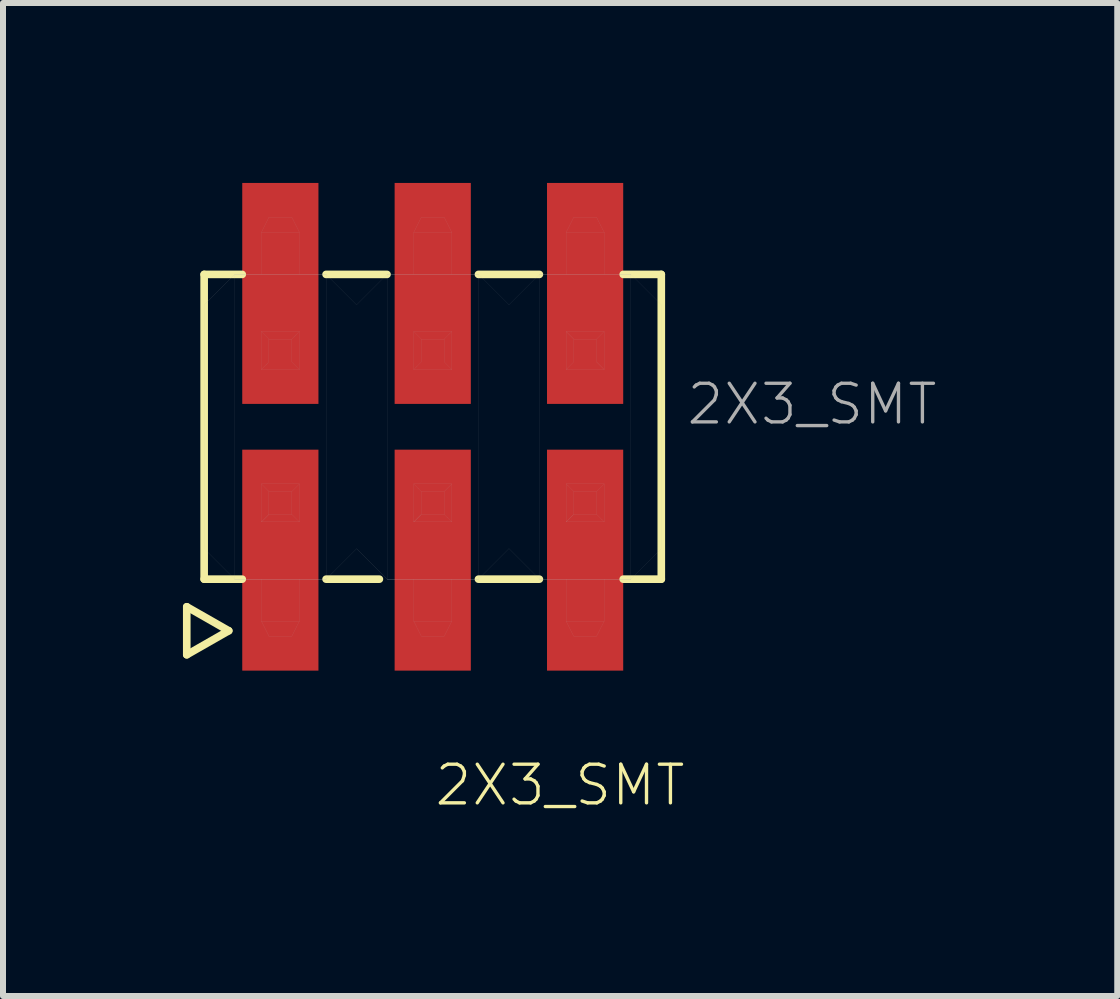
<source format=kicad_pcb>
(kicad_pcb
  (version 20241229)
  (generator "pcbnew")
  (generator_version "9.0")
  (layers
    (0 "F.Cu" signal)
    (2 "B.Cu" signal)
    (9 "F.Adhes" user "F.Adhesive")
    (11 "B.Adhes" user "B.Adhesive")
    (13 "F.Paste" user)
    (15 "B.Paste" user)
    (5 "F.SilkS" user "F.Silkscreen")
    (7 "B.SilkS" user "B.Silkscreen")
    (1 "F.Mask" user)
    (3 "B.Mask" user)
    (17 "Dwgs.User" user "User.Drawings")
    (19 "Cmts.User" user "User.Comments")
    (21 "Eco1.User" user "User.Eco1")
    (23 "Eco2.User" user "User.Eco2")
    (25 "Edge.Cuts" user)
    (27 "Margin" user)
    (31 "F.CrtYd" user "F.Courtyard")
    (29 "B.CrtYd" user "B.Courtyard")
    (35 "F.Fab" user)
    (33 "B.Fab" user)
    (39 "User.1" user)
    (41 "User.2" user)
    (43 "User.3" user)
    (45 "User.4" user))
  (footprint "2X3_SMT"
    (layer "F.Cu")
    (at 4.163 4.064)
    (property "Reference" "2X3_SMT" (at 0 6.35 0) (unlocked yes) (layer "F.SilkS") (effects (font (size 0.644 0.644) (thickness 0.056)) (justify left bottom)))
    (fp_line (start -4.1 3) (end -4.1 3.8) (stroke (width 0.127) (type solid)) (layer "F.SilkS"))
    (fp_line (start -4.1 3.8) (end -3.4 3.4) (stroke (width 0.127) (type solid)) (layer "F.SilkS"))
    (fp_line (start -3.81 -2.54) (end -3.81 2.54) (stroke (width 0.127) (type solid)) (layer "F.SilkS"))
    (fp_line (start -3.81 2.54) (end -3.175 2.54) (stroke (width 0.127) (type solid)) (layer "F.SilkS"))
    (fp_line (start -3.4 3.4) (end -4.1 3) (stroke (width 0.127) (type solid)) (layer "F.SilkS"))
    (fp_line (start -3.175 -2.54) (end -3.81 -2.54) (stroke (width 0.127) (type solid)) (layer "F.SilkS"))
    (fp_line (start -1.778 -2.54) (end -0.762 -2.54) (stroke (width 0.127) (type solid)) (layer "F.SilkS"))
    (fp_line (start -1.778 2.54) (end -0.889 2.54) (stroke (width 0.127) (type solid)) (layer "F.SilkS"))
    (fp_line (start 0.762 -2.54) (end 1.778 -2.54) (stroke (width 0.127) (type solid)) (layer "F.SilkS"))
    (fp_line (start 0.762 2.54) (end 1.778 2.54) (stroke (width 0.127) (type solid)) (layer "F.SilkS"))
    (fp_line (start 3.175 -2.54) (end 3.81 -2.54) (stroke (width 0.127) (type solid)) (layer "F.SilkS"))
    (fp_line (start 3.81 -2.54) (end 3.81 2.54) (stroke (width 0.127) (type solid)) (layer "F.SilkS"))
    (fp_line (start 3.81 2.54) (end 3.175 2.54) (stroke (width 0.127) (type solid)) (layer "F.SilkS"))
    (fp_line (start -3.809 -2.033) (end -3.301 -2.541) (stroke (width 0.001) (type solid)) (layer "F.Fab"))
    (fp_line (start -3.809 2.031) (end -3.809 -2.033) (stroke (width 0.001) (type solid)) (layer "F.Fab"))
    (fp_line (start -3.301 -2.541) (end -1.777 -2.541) (stroke (width 0.001) (type solid)) (layer "F.Fab"))
    (fp_line (start -3.301 -2.541) (end -1.777 -2.541) (stroke (width 0.001) (type solid)) (layer "F.Fab"))
    (fp_line (start -3.301 2.539) (end -3.809 2.031) (stroke (width 0.001) (type solid)) (layer "F.Fab"))
    (fp_line (start -3.301 2.539) (end -3.301 -2.541) (stroke (width 0.001) (type solid)) (layer "F.Fab"))
    (fp_line (start -3.301 2.539) (end -1.777 2.539) (stroke (width 0.001) (type solid)) (layer "F.Fab"))
    (fp_line (start -3.301 2.539) (end -1.777 2.539) (stroke (width 0.001) (type solid)) (layer "F.Fab"))
    (fp_line (start -2.857 -3.24) (end -2.857 -2.541) (stroke (width 0.001) (type solid)) (layer "F.Fab"))
    (fp_line (start -2.857 -3.24) (end -2.73 -3.493) (stroke (width 0.001) (type solid)) (layer "F.Fab"))
    (fp_line (start -2.857 -3.24) (end -2.221 -3.24) (stroke (width 0.001) (type solid)) (layer "F.Fab"))
    (fp_line (start -2.857 -0.953) (end -2.857 -1.589) (stroke (width 0.001) (type solid)) (layer "F.Fab"))
    (fp_line (start -2.857 -0.953) (end -2.73 -1.081) (stroke (width 0.001) (type solid)) (layer "F.Fab"))
    (fp_line (start -2.857 0.951) (end -2.857 1.587) (stroke (width 0.001) (type solid)) (layer "F.Fab"))
    (fp_line (start -2.857 0.951) (end -2.73 1.079) (stroke (width 0.001) (type solid)) (layer "F.Fab"))
    (fp_line (start -2.857 1.587) (end -2.73 1.46) (stroke (width 0.001) (type solid)) (layer "F.Fab"))
    (fp_line (start -2.857 1.587) (end -2.73 1.46) (stroke (width 0.001) (type solid)) (layer "F.Fab"))
    (fp_line (start -2.857 2.539) (end -2.857 3.238) (stroke (width 0.001) (type solid)) (layer "F.Fab"))
    (fp_line (start -2.857 3.238) (end -2.221 3.238) (stroke (width 0.001) (type solid)) (layer "F.Fab"))
    (fp_line (start -2.73 -3.493) (end -2.349 -3.493) (stroke (width 0.001) (type solid)) (layer "F.Fab"))
    (fp_line (start -2.73 -1.462) (end -2.857 -1.589) (stroke (width 0.001) (type solid)) (layer "F.Fab"))
    (fp_line (start -2.73 -1.462) (end -2.349 -1.462) (stroke (width 0.001) (type solid)) (layer "F.Fab"))
    (fp_line (start -2.73 -1.081) (end -2.73 -1.462) (stroke (width 0.001) (type solid)) (layer "F.Fab"))
    (fp_line (start -2.73 -1.081) (end -2.349 -1.081) (stroke (width 0.001) (type solid)) (layer "F.Fab"))
    (fp_line (start -2.73 -1.081) (end -2.349 -1.081) (stroke (width 0.001) (type solid)) (layer "F.Fab"))
    (fp_line (start -2.73 1.079) (end -2.349 1.079) (stroke (width 0.001) (type solid)) (layer "F.Fab"))
    (fp_line (start -2.73 1.46) (end -2.73 1.079) (stroke (width 0.001) (type solid)) (layer "F.Fab"))
    (fp_line (start -2.73 1.46) (end -2.349 1.46) (stroke (width 0.001) (type solid)) (layer "F.Fab"))
    (fp_line (start -2.73 3.491) (end -2.857 3.238) (stroke (width 0.001) (type solid)) (layer "F.Fab"))
    (fp_line (start -2.73 3.491) (end -2.349 3.491) (stroke (width 0.001) (type solid)) (layer "F.Fab"))
    (fp_line (start -2.349 -1.462) (end -2.349 -1.081) (stroke (width 0.001) (type solid)) (layer "F.Fab"))
    (fp_line (start -2.349 -1.081) (end -2.221 -0.953) (stroke (width 0.001) (type solid)) (layer "F.Fab"))
    (fp_line (start -2.349 1.079) (end -2.349 1.46) (stroke (width 0.001) (type solid)) (layer "F.Fab"))
    (fp_line (start -2.221 -3.24) (end -2.349 -3.493) (stroke (width 0.001) (type solid)) (layer "F.Fab"))
    (fp_line (start -2.221 -2.541) (end -2.221 -3.24) (stroke (width 0.001) (type solid)) (layer "F.Fab"))
    (fp_line (start -2.221 -1.589) (end -2.857 -1.589) (stroke (width 0.001) (type solid)) (layer "F.Fab"))
    (fp_line (start -2.221 -1.589) (end -2.349 -1.462) (stroke (width 0.001) (type solid)) (layer "F.Fab"))
    (fp_line (start -2.221 -0.953) (end -2.857 -0.953) (stroke (width 0.001) (type solid)) (layer "F.Fab"))
    (fp_line (start -2.221 -0.953) (end -2.221 -1.589) (stroke (width 0.001) (type solid)) (layer "F.Fab"))
    (fp_line (start -2.221 0.951) (end -2.857 0.951) (stroke (width 0.001) (type solid)) (layer "F.Fab"))
    (fp_line (start -2.221 0.951) (end -2.349 1.079) (stroke (width 0.001) (type solid)) (layer "F.Fab"))
    (fp_line (start -2.221 0.951) (end -2.221 1.587) (stroke (width 0.001) (type solid)) (layer "F.Fab"))
    (fp_line (start -2.221 1.587) (end -2.857 1.587) (stroke (width 0.001) (type solid)) (layer "F.Fab"))
    (fp_line (start -2.221 1.587) (end -2.349 1.46) (stroke (width 0.001) (type solid)) (layer "F.Fab"))
    (fp_line (start -2.221 3.238) (end -2.349 3.491) (stroke (width 0.001) (type solid)) (layer "F.Fab"))
    (fp_line (start -2.221 3.238) (end -2.221 2.539) (stroke (width 0.001) (type solid)) (layer "F.Fab"))
    (fp_line (start -1.777 -2.541) (end -3.301 -2.541) (stroke (width 0.001) (type solid)) (layer "F.Fab"))
    (fp_line (start -1.777 -2.541) (end -3.301 -2.541) (stroke (width 0.001) (type solid)) (layer "F.Fab"))
    (fp_line (start -1.777 -2.541) (end -1.269 -2.033) (stroke (width 0.001) (type solid)) (layer "F.Fab"))
    (fp_line (start -1.777 2.539) (end -3.301 2.539) (stroke (width 0.001) (type solid)) (layer "F.Fab"))
    (fp_line (start -1.777 2.539) (end -3.301 2.539) (stroke (width 0.001) (type solid)) (layer "F.Fab"))
    (fp_line (start -1.777 2.539) (end -1.777 -2.541) (stroke (width 0.001) (type solid)) (layer "F.Fab"))
    (fp_line (start -1.269 -2.033) (end -0.761 -2.541) (stroke (width 0.001) (type solid)) (layer "F.Fab"))
    (fp_line (start -1.269 2.031) (end -1.777 2.539) (stroke (width 0.001) (type solid)) (layer "F.Fab"))
    (fp_line (start -0.761 -2.541) (end 0.763 -2.541) (stroke (width 0.001) (type solid)) (layer "F.Fab"))
    (fp_line (start -0.761 -2.541) (end 0.763 -2.541) (stroke (width 0.001) (type solid)) (layer "F.Fab"))
    (fp_line (start -0.761 2.539) (end -1.269 2.031) (stroke (width 0.001) (type solid)) (layer "F.Fab"))
    (fp_line (start -0.761 2.539) (end -0.761 -2.541) (stroke (width 0.001) (type solid)) (layer "F.Fab"))
    (fp_line (start -0.761 2.539) (end 0.763 2.539) (stroke (width 0.001) (type solid)) (layer "F.Fab"))
    (fp_line (start -0.761 2.539) (end 0.763 2.539) (stroke (width 0.001) (type solid)) (layer "F.Fab"))
    (fp_line (start -0.317 -3.24) (end -0.317 -2.541) (stroke (width 0.001) (type solid)) (layer "F.Fab"))
    (fp_line (start -0.317 -3.24) (end -0.19 -3.493) (stroke (width 0.001) (type solid)) (layer "F.Fab"))
    (fp_line (start -0.317 -3.24) (end 0.319 -3.24) (stroke (width 0.001) (type solid)) (layer "F.Fab"))
    (fp_line (start -0.317 -0.953) (end -0.317 -1.589) (stroke (width 0.001) (type solid)) (layer "F.Fab"))
    (fp_line (start -0.317 -0.953) (end -0.19 -1.081) (stroke (width 0.001) (type solid)) (layer "F.Fab"))
    (fp_line (start -0.317 0.951) (end -0.317 1.587) (stroke (width 0.001) (type solid)) (layer "F.Fab"))
    (fp_line (start -0.317 0.951) (end -0.19 1.079) (stroke (width 0.001) (type solid)) (layer "F.Fab"))
    (fp_line (start -0.317 1.587) (end -0.19 1.46) (stroke (width 0.001) (type solid)) (layer "F.Fab"))
    (fp_line (start -0.317 1.587) (end -0.19 1.46) (stroke (width 0.001) (type solid)) (layer "F.Fab"))
    (fp_line (start -0.317 2.539) (end -0.317 3.238) (stroke (width 0.001) (type solid)) (layer "F.Fab"))
    (fp_line (start -0.317 3.238) (end 0.319 3.238) (stroke (width 0.001) (type solid)) (layer "F.Fab"))
    (fp_line (start -0.19 -3.493) (end 0.191 -3.493) (stroke (width 0.001) (type solid)) (layer "F.Fab"))
    (fp_line (start -0.19 -1.462) (end -0.317 -1.589) (stroke (width 0.001) (type solid)) (layer "F.Fab"))
    (fp_line (start -0.19 -1.462) (end 0.191 -1.462) (stroke (width 0.001) (type solid)) (layer "F.Fab"))
    (fp_line (start -0.19 -1.081) (end -0.19 -1.462) (stroke (width 0.001) (type solid)) (layer "F.Fab"))
    (fp_line (start -0.19 -1.081) (end 0.191 -1.081) (stroke (width 0.001) (type solid)) (layer "F.Fab"))
    (fp_line (start -0.19 -1.081) (end 0.191 -1.081) (stroke (width 0.001) (type solid)) (layer "F.Fab"))
    (fp_line (start -0.19 1.079) (end 0.191 1.079) (stroke (width 0.001) (type solid)) (layer "F.Fab"))
    (fp_line (start -0.19 1.46) (end -0.19 1.079) (stroke (width 0.001) (type solid)) (layer "F.Fab"))
    (fp_line (start -0.19 1.46) (end 0.191 1.46) (stroke (width 0.001) (type solid)) (layer "F.Fab"))
    (fp_line (start -0.19 3.491) (end -0.317 3.238) (stroke (width 0.001) (type solid)) (layer "F.Fab"))
    (fp_line (start -0.19 3.491) (end 0.191 3.491) (stroke (width 0.001) (type solid)) (layer "F.Fab"))
    (fp_line (start 0.191 -1.462) (end 0.191 -1.081) (stroke (width 0.001) (type solid)) (layer "F.Fab"))
    (fp_line (start 0.191 -1.081) (end 0.319 -0.953) (stroke (width 0.001) (type solid)) (layer "F.Fab"))
    (fp_line (start 0.191 1.079) (end 0.191 1.46) (stroke (width 0.001) (type solid)) (layer "F.Fab"))
    (fp_line (start 0.319 -3.24) (end 0.191 -3.493) (stroke (width 0.001) (type solid)) (layer "F.Fab"))
    (fp_line (start 0.319 -2.541) (end 0.319 -3.24) (stroke (width 0.001) (type solid)) (layer "F.Fab"))
    (fp_line (start 0.319 -1.589) (end -0.317 -1.589) (stroke (width 0.001) (type solid)) (layer "F.Fab"))
    (fp_line (start 0.319 -1.589) (end 0.191 -1.462) (stroke (width 0.001) (type solid)) (layer "F.Fab"))
    (fp_line (start 0.319 -0.953) (end -0.317 -0.953) (stroke (width 0.001) (type solid)) (layer "F.Fab"))
    (fp_line (start 0.319 -0.953) (end 0.319 -1.589) (stroke (width 0.001) (type solid)) (layer "F.Fab"))
    (fp_line (start 0.319 0.951) (end -0.317 0.951) (stroke (width 0.001) (type solid)) (layer "F.Fab"))
    (fp_line (start 0.319 0.951) (end 0.191 1.079) (stroke (width 0.001) (type solid)) (layer "F.Fab"))
    (fp_line (start 0.319 0.951) (end 0.319 1.587) (stroke (width 0.001) (type solid)) (layer "F.Fab"))
    (fp_line (start 0.319 1.587) (end -0.317 1.587) (stroke (width 0.001) (type solid)) (layer "F.Fab"))
    (fp_line (start 0.319 1.587) (end 0.191 1.46) (stroke (width 0.001) (type solid)) (layer "F.Fab"))
    (fp_line (start 0.319 3.238) (end 0.191 3.491) (stroke (width 0.001) (type solid)) (layer "F.Fab"))
    (fp_line (start 0.319 3.238) (end 0.319 2.539) (stroke (width 0.001) (type solid)) (layer "F.Fab"))
    (fp_line (start 0.763 -2.541) (end -0.761 -2.541) (stroke (width 0.001) (type solid)) (layer "F.Fab"))
    (fp_line (start 0.763 -2.541) (end -0.761 -2.541) (stroke (width 0.001) (type solid)) (layer "F.Fab"))
    (fp_line (start 0.763 -2.541) (end 1.271 -2.033) (stroke (width 0.001) (type solid)) (layer "F.Fab"))
    (fp_line (start 0.763 2.539) (end -0.761 2.539) (stroke (width 0.001) (type solid)) (layer "F.Fab"))
    (fp_line (start 0.763 2.539) (end -0.761 2.539) (stroke (width 0.001) (type solid)) (layer "F.Fab"))
    (fp_line (start 0.763 2.539) (end 0.763 -2.541) (stroke (width 0.001) (type solid)) (layer "F.Fab"))
    (fp_line (start 1.271 -2.033) (end 1.779 -2.541) (stroke (width 0.001) (type solid)) (layer "F.Fab"))
    (fp_line (start 1.271 2.031) (end 0.763 2.539) (stroke (width 0.001) (type solid)) (layer "F.Fab"))
    (fp_line (start 1.779 -2.541) (end 3.303 -2.541) (stroke (width 0.001) (type solid)) (layer "F.Fab"))
    (fp_line (start 1.779 -2.541) (end 3.303 -2.541) (stroke (width 0.001) (type solid)) (layer "F.Fab"))
    (fp_line (start 1.779 2.539) (end 1.271 2.031) (stroke (width 0.001) (type solid)) (layer "F.Fab"))
    (fp_line (start 1.779 2.539) (end 1.779 -2.541) (stroke (width 0.001) (type solid)) (layer "F.Fab"))
    (fp_line (start 1.779 2.539) (end 3.303 2.539) (stroke (width 0.001) (type solid)) (layer "F.Fab"))
    (fp_line (start 1.779 2.539) (end 3.303 2.539) (stroke (width 0.001) (type solid)) (layer "F.Fab"))
    (fp_line (start 2.223 -3.24) (end 2.223 -2.541) (stroke (width 0.001) (type solid)) (layer "F.Fab"))
    (fp_line (start 2.223 -3.24) (end 2.35 -3.493) (stroke (width 0.001) (type solid)) (layer "F.Fab"))
    (fp_line (start 2.223 -3.24) (end 2.859 -3.24) (stroke (width 0.001) (type solid)) (layer "F.Fab"))
    (fp_line (start 2.223 -0.953) (end 2.223 -1.589) (stroke (width 0.001) (type solid)) (layer "F.Fab"))
    (fp_line (start 2.223 -0.953) (end 2.35 -1.081) (stroke (width 0.001) (type solid)) (layer "F.Fab"))
    (fp_line (start 2.223 0.951) (end 2.223 1.587) (stroke (width 0.001) (type solid)) (layer "F.Fab"))
    (fp_line (start 2.223 0.951) (end 2.35 1.079) (stroke (width 0.001) (type solid)) (layer "F.Fab"))
    (fp_line (start 2.223 1.587) (end 2.35 1.46) (stroke (width 0.001) (type solid)) (layer "F.Fab"))
    (fp_line (start 2.223 1.587) (end 2.35 1.46) (stroke (width 0.001) (type solid)) (layer "F.Fab"))
    (fp_line (start 2.223 2.539) (end 2.223 3.238) (stroke (width 0.001) (type solid)) (layer "F.Fab"))
    (fp_line (start 2.223 3.238) (end 2.859 3.238) (stroke (width 0.001) (type solid)) (layer "F.Fab"))
    (fp_line (start 2.35 -3.493) (end 2.731 -3.493) (stroke (width 0.001) (type solid)) (layer "F.Fab"))
    (fp_line (start 2.35 -1.462) (end 2.223 -1.589) (stroke (width 0.001) (type solid)) (layer "F.Fab"))
    (fp_line (start 2.35 -1.462) (end 2.731 -1.462) (stroke (width 0.001) (type solid)) (layer "F.Fab"))
    (fp_line (start 2.35 -1.081) (end 2.35 -1.462) (stroke (width 0.001) (type solid)) (layer "F.Fab"))
    (fp_line (start 2.35 -1.081) (end 2.731 -1.081) (stroke (width 0.001) (type solid)) (layer "F.Fab"))
    (fp_line (start 2.35 -1.081) (end 2.731 -1.081) (stroke (width 0.001) (type solid)) (layer "F.Fab"))
    (fp_line (start 2.35 1.079) (end 2.731 1.079) (stroke (width 0.001) (type solid)) (layer "F.Fab"))
    (fp_line (start 2.35 1.46) (end 2.35 1.079) (stroke (width 0.001) (type solid)) (layer "F.Fab"))
    (fp_line (start 2.35 1.46) (end 2.731 1.46) (stroke (width 0.001) (type solid)) (layer "F.Fab"))
    (fp_line (start 2.35 3.491) (end 2.223 3.238) (stroke (width 0.001) (type solid)) (layer "F.Fab"))
    (fp_line (start 2.35 3.491) (end 2.731 3.491) (stroke (width 0.001) (type solid)) (layer "F.Fab"))
    (fp_line (start 2.731 -1.462) (end 2.731 -1.081) (stroke (width 0.001) (type solid)) (layer "F.Fab"))
    (fp_line (start 2.731 -1.081) (end 2.859 -0.953) (stroke (width 0.001) (type solid)) (layer "F.Fab"))
    (fp_line (start 2.731 1.079) (end 2.731 1.46) (stroke (width 0.001) (type solid)) (layer "F.Fab"))
    (fp_line (start 2.859 -3.24) (end 2.731 -3.493) (stroke (width 0.001) (type solid)) (layer "F.Fab"))
    (fp_line (start 2.859 -2.541) (end 2.859 -3.24) (stroke (width 0.001) (type solid)) (layer "F.Fab"))
    (fp_line (start 2.859 -1.589) (end 2.223 -1.589) (stroke (width 0.001) (type solid)) (layer "F.Fab"))
    (fp_line (start 2.859 -1.589) (end 2.731 -1.462) (stroke (width 0.001) (type solid)) (layer "F.Fab"))
    (fp_line (start 2.859 -0.953) (end 2.223 -0.953) (stroke (width 0.001) (type solid)) (layer "F.Fab"))
    (fp_line (start 2.859 -0.953) (end 2.859 -1.589) (stroke (width 0.001) (type solid)) (layer "F.Fab"))
    (fp_line (start 2.859 0.951) (end 2.223 0.951) (stroke (width 0.001) (type solid)) (layer "F.Fab"))
    (fp_line (start 2.859 0.951) (end 2.731 1.079) (stroke (width 0.001) (type solid)) (layer "F.Fab"))
    (fp_line (start 2.859 0.951) (end 2.859 1.587) (stroke (width 0.001) (type solid)) (layer "F.Fab"))
    (fp_line (start 2.859 1.587) (end 2.223 1.587) (stroke (width 0.001) (type solid)) (layer "F.Fab"))
    (fp_line (start 2.859 1.587) (end 2.731 1.46) (stroke (width 0.001) (type solid)) (layer "F.Fab"))
    (fp_line (start 2.859 3.238) (end 2.731 3.491) (stroke (width 0.001) (type solid)) (layer "F.Fab"))
    (fp_line (start 2.859 3.238) (end 2.859 2.539) (stroke (width 0.001) (type solid)) (layer "F.Fab"))
    (fp_line (start 3.303 -2.541) (end 1.779 -2.541) (stroke (width 0.001) (type solid)) (layer "F.Fab"))
    (fp_line (start 3.303 -2.541) (end 1.779 -2.541) (stroke (width 0.001) (type solid)) (layer "F.Fab"))
    (fp_line (start 3.303 -2.541) (end 3.811 -2.033) (stroke (width 0.001) (type solid)) (layer "F.Fab"))
    (fp_line (start 3.303 2.539) (end 1.779 2.539) (stroke (width 0.001) (type solid)) (layer "F.Fab"))
    (fp_line (start 3.303 2.539) (end 1.779 2.539) (stroke (width 0.001) (type solid)) (layer "F.Fab"))
    (fp_line (start 3.303 2.539) (end 3.303 -2.541) (stroke (width 0.001) (type solid)) (layer "F.Fab"))
    (fp_line (start 3.811 -2.033) (end 3.811 2.031) (stroke (width 0.001) (type solid)) (layer "F.Fab"))
    (fp_line (start 3.811 2.031) (end 3.303 2.539) (stroke (width 0.001) (type solid)) (layer "F.Fab"))
    (fp_text user "${REFERENCE}" (at 4.2 0 0) (unlocked yes) (layer "F.Fab") (effects (font (size 0.644 0.644) (thickness 0.056)) (justify left bottom)))
    (pad "1" smd rect (at -2.54 2.223) (size 1.27 3.683) (layers "F.Cu" "F.Mask" "F.Paste"))
    (pad "2" smd rect (at -2.54 -2.223) (size 1.27 3.683) (layers "F.Cu" "F.Mask" "F.Paste"))
    (pad "3" smd rect (at 0 2.223) (size 1.27 3.683) (layers "F.Cu" "F.Mask" "F.Paste"))
    (pad "4" smd rect (at 0 -2.223) (size 1.27 3.683) (layers "F.Cu" "F.Mask" "F.Paste"))
    (pad "5" smd rect (at 2.54 2.223) (size 1.27 3.683) (layers "F.Cu" "F.Mask" "F.Paste"))
    (pad "6" smd rect (at 2.54 -2.223) (size 1.27 3.683) (layers "F.Cu" "F.Mask" "F.Paste")))
  (gr_rect
    (start -3 -3)
    (end 15.573 13.552)
    (stroke (width 0.1) (type default))
    (fill no)
    (layer "Edge.Cuts")))
</source>
